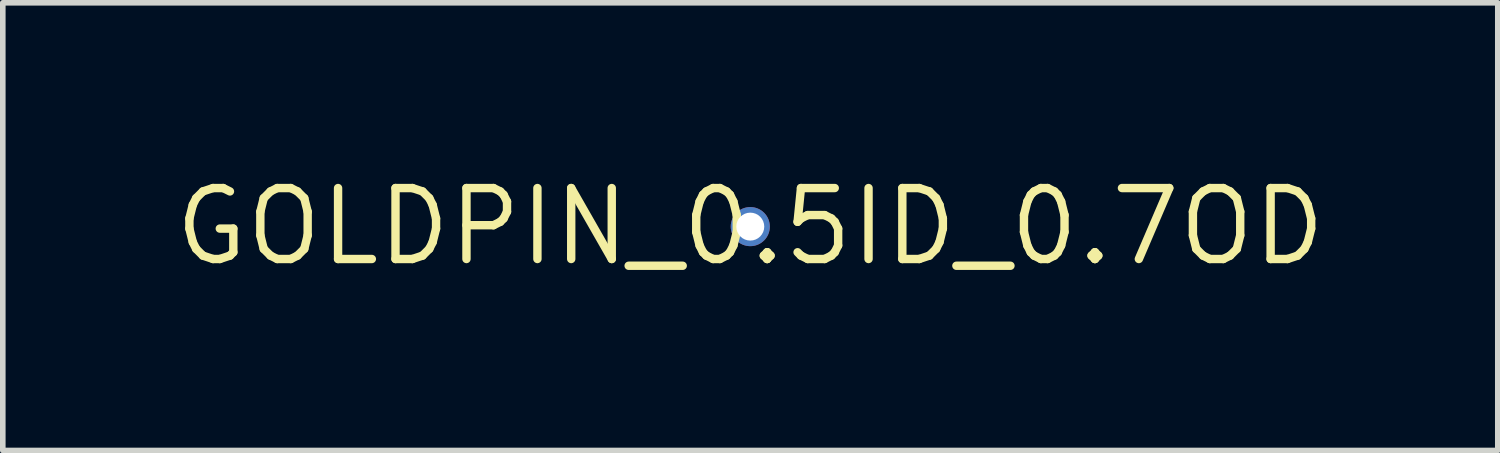
<source format=kicad_pcb>
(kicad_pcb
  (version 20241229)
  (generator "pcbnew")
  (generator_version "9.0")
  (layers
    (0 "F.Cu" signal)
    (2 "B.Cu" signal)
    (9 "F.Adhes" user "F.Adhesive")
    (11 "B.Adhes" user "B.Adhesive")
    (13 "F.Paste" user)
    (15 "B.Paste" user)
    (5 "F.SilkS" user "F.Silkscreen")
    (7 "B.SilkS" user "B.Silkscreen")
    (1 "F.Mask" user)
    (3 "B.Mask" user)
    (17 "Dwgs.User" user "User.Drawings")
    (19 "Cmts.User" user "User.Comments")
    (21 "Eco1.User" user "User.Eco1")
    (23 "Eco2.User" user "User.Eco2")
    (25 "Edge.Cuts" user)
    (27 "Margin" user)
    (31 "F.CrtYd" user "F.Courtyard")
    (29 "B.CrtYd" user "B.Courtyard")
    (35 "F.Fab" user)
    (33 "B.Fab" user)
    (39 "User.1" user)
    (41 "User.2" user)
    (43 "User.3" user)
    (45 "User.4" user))
  (footprint "GOLDPIN_0.5ID_0.7OD"
    (layer "F.Cu")
    (at 10.379 1.006)
    (property "Reference" "GOLDPIN_0.5ID_0.7OD" (at 0 0 0) (layer "F.SilkS") (effects (font (size 1.27 1.27) (thickness 0.15))))
    (attr through_hole)
    (pad "1" thru_hole circle (at 0 0) (size 0.7 0.7) (drill 0.5) (layers "*.Cu" "*.Mask")))
  (gr_rect
    (start -3 -3)
    (end 23.758 5.012)
    (stroke (width 0.1) (type default))
    (fill no)
    (layer "Edge.Cuts")))
</source>
